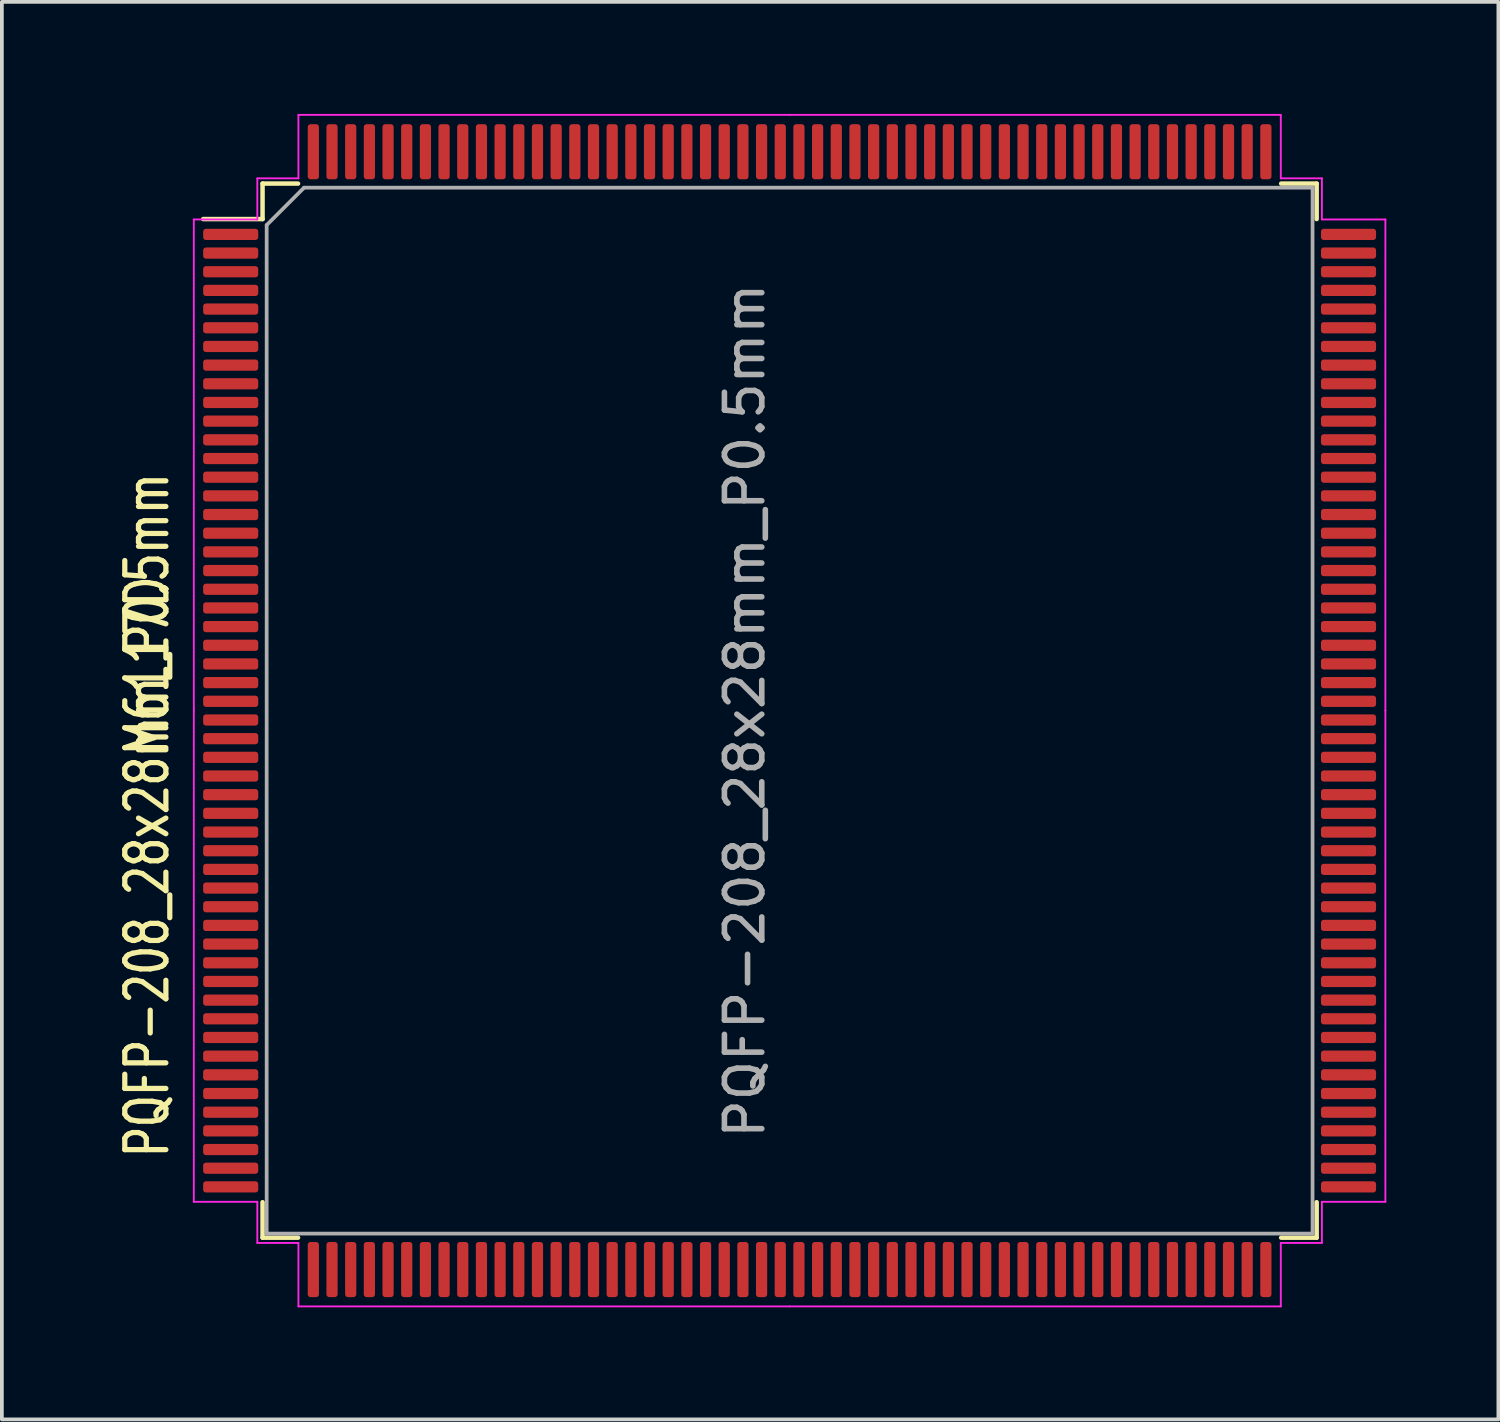
<source format=kicad_pcb>
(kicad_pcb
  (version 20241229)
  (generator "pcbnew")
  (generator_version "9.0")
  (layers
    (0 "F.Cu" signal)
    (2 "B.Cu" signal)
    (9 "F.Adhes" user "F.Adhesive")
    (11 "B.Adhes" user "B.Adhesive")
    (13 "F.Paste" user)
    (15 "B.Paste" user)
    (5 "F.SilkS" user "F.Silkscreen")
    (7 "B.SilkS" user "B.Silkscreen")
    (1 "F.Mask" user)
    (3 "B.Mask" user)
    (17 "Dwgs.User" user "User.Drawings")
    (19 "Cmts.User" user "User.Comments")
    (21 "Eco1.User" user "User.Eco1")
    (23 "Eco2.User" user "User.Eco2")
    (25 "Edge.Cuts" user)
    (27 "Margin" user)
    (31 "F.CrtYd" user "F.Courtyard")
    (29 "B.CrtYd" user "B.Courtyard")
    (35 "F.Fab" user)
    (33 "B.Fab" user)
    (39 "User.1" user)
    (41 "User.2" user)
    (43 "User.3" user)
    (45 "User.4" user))
  (footprint "PQFP-208_28x28mm_P0.5mm"
    (layer "F.Cu")
    (at 18.089 15.975)
    (property "Reference" "PQFP-208_28x28mm_P0.5mm" (at -17.2 2.8 90) (unlocked yes) (layer "F.SilkS") (effects (font (size 1.1 0.8) (thickness 0.14))))
    (property "Value" "M6117D" (at 1.6 0 270) (layer "F.Fab") (hide yes) (effects (font (size 1 1) (thickness 0.15))))
    (attr smd)
    (fp_line (start -14.11 -14.11) (end -14.11 -13.16) (stroke (width 0.12) (type solid)) (layer "F.SilkS"))
    (fp_line (start -14.11 -13.16) (end -15.7 -13.16) (stroke (width 0.12) (type solid)) (layer "F.SilkS"))
    (fp_line (start -14.11 14.11) (end -14.11 13.16) (stroke (width 0.12) (type solid)) (layer "F.SilkS"))
    (fp_line (start -13.16 -14.11) (end -14.11 -14.11) (stroke (width 0.12) (type solid)) (layer "F.SilkS"))
    (fp_line (start -13.16 14.11) (end -14.11 14.11) (stroke (width 0.12) (type solid)) (layer "F.SilkS"))
    (fp_line (start 13.16 -14.11) (end 14.11 -14.11) (stroke (width 0.12) (type solid)) (layer "F.SilkS"))
    (fp_line (start 13.16 14.11) (end 14.11 14.11) (stroke (width 0.12) (type solid)) (layer "F.SilkS"))
    (fp_line (start 14.11 -14.11) (end 14.11 -13.16) (stroke (width 0.12) (type solid)) (layer "F.SilkS"))
    (fp_line (start 14.11 14.11) (end 14.11 13.16) (stroke (width 0.12) (type solid)) (layer "F.SilkS"))
    (fp_line (start -15.95 -13.15) (end -15.95 0) (stroke (width 0.05) (type solid)) (layer "F.CrtYd"))
    (fp_line (start -15.95 13.15) (end -15.95 0) (stroke (width 0.05) (type solid)) (layer "F.CrtYd"))
    (fp_line (start -14.25 -14.25) (end -14.25 -13.15) (stroke (width 0.05) (type solid)) (layer "F.CrtYd"))
    (fp_line (start -14.25 -13.15) (end -15.95 -13.15) (stroke (width 0.05) (type solid)) (layer "F.CrtYd"))
    (fp_line (start -14.25 13.15) (end -15.95 13.15) (stroke (width 0.05) (type solid)) (layer "F.CrtYd"))
    (fp_line (start -14.25 14.25) (end -14.25 13.15) (stroke (width 0.05) (type solid)) (layer "F.CrtYd"))
    (fp_line (start -13.15 -15.95) (end -13.15 -14.25) (stroke (width 0.05) (type solid)) (layer "F.CrtYd"))
    (fp_line (start -13.15 -14.25) (end -14.25 -14.25) (stroke (width 0.05) (type solid)) (layer "F.CrtYd"))
    (fp_line (start -13.15 14.25) (end -14.25 14.25) (stroke (width 0.05) (type solid)) (layer "F.CrtYd"))
    (fp_line (start -13.15 15.95) (end -13.15 14.25) (stroke (width 0.05) (type solid)) (layer "F.CrtYd"))
    (fp_line (start 0 -15.95) (end -13.15 -15.95) (stroke (width 0.05) (type solid)) (layer "F.CrtYd"))
    (fp_line (start 0 -15.95) (end 13.15 -15.95) (stroke (width 0.05) (type solid)) (layer "F.CrtYd"))
    (fp_line (start 0 15.95) (end -13.15 15.95) (stroke (width 0.05) (type solid)) (layer "F.CrtYd"))
    (fp_line (start 0 15.95) (end 13.15 15.95) (stroke (width 0.05) (type solid)) (layer "F.CrtYd"))
    (fp_line (start 13.15 -15.95) (end 13.15 -14.25) (stroke (width 0.05) (type solid)) (layer "F.CrtYd"))
    (fp_line (start 13.15 -14.25) (end 14.25 -14.25) (stroke (width 0.05) (type solid)) (layer "F.CrtYd"))
    (fp_line (start 13.15 14.25) (end 14.25 14.25) (stroke (width 0.05) (type solid)) (layer "F.CrtYd"))
    (fp_line (start 13.15 15.95) (end 13.15 14.25) (stroke (width 0.05) (type solid)) (layer "F.CrtYd"))
    (fp_line (start 14.25 -14.25) (end 14.25 -13.15) (stroke (width 0.05) (type solid)) (layer "F.CrtYd"))
    (fp_line (start 14.25 -13.15) (end 15.95 -13.15) (stroke (width 0.05) (type solid)) (layer "F.CrtYd"))
    (fp_line (start 14.25 13.15) (end 15.95 13.15) (stroke (width 0.05) (type solid)) (layer "F.CrtYd"))
    (fp_line (start 14.25 14.25) (end 14.25 13.15) (stroke (width 0.05) (type solid)) (layer "F.CrtYd"))
    (fp_line (start 15.95 -13.15) (end 15.95 0) (stroke (width 0.05) (type solid)) (layer "F.CrtYd"))
    (fp_line (start 15.95 13.15) (end 15.95 0) (stroke (width 0.05) (type solid)) (layer "F.CrtYd"))
    (fp_line (start -14 -13) (end -13 -14) (stroke (width 0.1) (type solid)) (layer "F.Fab"))
    (fp_line (start -14 14) (end -14 -13) (stroke (width 0.1) (type solid)) (layer "F.Fab"))
    (fp_line (start -13 -14) (end 14 -14) (stroke (width 0.1) (type solid)) (layer "F.Fab"))
    (fp_line (start 14 -14) (end 14 14) (stroke (width 0.1) (type solid)) (layer "F.Fab"))
    (fp_line (start 14 14) (end -14 14) (stroke (width 0.1) (type solid)) (layer "F.Fab"))
    (fp_text user "${VALUE}" (at -17.2 -1.2 90) (unlocked yes) (layer "F.SilkS") (effects (font (size 1.1 0.8) (thickness 0.14))))
    (fp_text user "${REFERENCE}" (at -1.2 0 270) (layer "F.Fab") (effects (font (size 1 1) (thickness 0.15))))
    (pad "1" smd roundrect (at -14.963 -12.75) (size 1.475 0.3) (layers "F.Cu" "F.Mask" "F.Paste") (roundrect_rratio 0.25))
    (pad "2" smd roundrect (at -14.963 -12.25) (size 1.475 0.3) (layers "F.Cu" "F.Mask" "F.Paste") (roundrect_rratio 0.25))
    (pad "3" smd roundrect (at -14.963 -11.75) (size 1.475 0.3) (layers "F.Cu" "F.Mask" "F.Paste") (roundrect_rratio 0.25))
    (pad "4" smd roundrect (at -14.963 -11.25) (size 1.475 0.3) (layers "F.Cu" "F.Mask" "F.Paste") (roundrect_rratio 0.25))
    (pad "5" smd roundrect (at -14.963 -10.75) (size 1.475 0.3) (layers "F.Cu" "F.Mask" "F.Paste") (roundrect_rratio 0.25))
    (pad "6" smd roundrect (at -14.963 -10.25) (size 1.475 0.3) (layers "F.Cu" "F.Mask" "F.Paste") (roundrect_rratio 0.25))
    (pad "7" smd roundrect (at -14.963 -9.75) (size 1.475 0.3) (layers "F.Cu" "F.Mask" "F.Paste") (roundrect_rratio 0.25))
    (pad "8" smd roundrect (at -14.963 -9.25) (size 1.475 0.3) (layers "F.Cu" "F.Mask" "F.Paste") (roundrect_rratio 0.25))
    (pad "9" smd roundrect (at -14.963 -8.75) (size 1.475 0.3) (layers "F.Cu" "F.Mask" "F.Paste") (roundrect_rratio 0.25))
    (pad "10" smd roundrect (at -14.963 -8.25) (size 1.475 0.3) (layers "F.Cu" "F.Mask" "F.Paste") (roundrect_rratio 0.25))
    (pad "11" smd roundrect (at -14.963 -7.75) (size 1.475 0.3) (layers "F.Cu" "F.Mask" "F.Paste") (roundrect_rratio 0.25))
    (pad "12" smd roundrect (at -14.963 -7.25) (size 1.475 0.3) (layers "F.Cu" "F.Mask" "F.Paste") (roundrect_rratio 0.25))
    (pad "13" smd roundrect (at -14.963 -6.75) (size 1.475 0.3) (layers "F.Cu" "F.Mask" "F.Paste") (roundrect_rratio 0.25))
    (pad "14" smd roundrect (at -14.963 -6.25) (size 1.475 0.3) (layers "F.Cu" "F.Mask" "F.Paste") (roundrect_rratio 0.25))
    (pad "15" smd roundrect (at -14.963 -5.75) (size 1.475 0.3) (layers "F.Cu" "F.Mask" "F.Paste") (roundrect_rratio 0.25))
    (pad "16" smd roundrect (at -14.963 -5.25) (size 1.475 0.3) (layers "F.Cu" "F.Mask" "F.Paste") (roundrect_rratio 0.25))
    (pad "17" smd roundrect (at -14.963 -4.75) (size 1.475 0.3) (layers "F.Cu" "F.Mask" "F.Paste") (roundrect_rratio 0.25))
    (pad "18" smd roundrect (at -14.963 -4.25) (size 1.475 0.3) (layers "F.Cu" "F.Mask" "F.Paste") (roundrect_rratio 0.25))
    (pad "19" smd roundrect (at -14.963 -3.75) (size 1.475 0.3) (layers "F.Cu" "F.Mask" "F.Paste") (roundrect_rratio 0.25))
    (pad "20" smd roundrect (at -14.963 -3.25) (size 1.475 0.3) (layers "F.Cu" "F.Mask" "F.Paste") (roundrect_rratio 0.25))
    (pad "21" smd roundrect (at -14.963 -2.75) (size 1.475 0.3) (layers "F.Cu" "F.Mask" "F.Paste") (roundrect_rratio 0.25))
    (pad "22" smd roundrect (at -14.963 -2.25) (size 1.475 0.3) (layers "F.Cu" "F.Mask" "F.Paste") (roundrect_rratio 0.25))
    (pad "23" smd roundrect (at -14.963 -1.75) (size 1.475 0.3) (layers "F.Cu" "F.Mask" "F.Paste") (roundrect_rratio 0.25))
    (pad "24" smd roundrect (at -14.963 -1.25) (size 1.475 0.3) (layers "F.Cu" "F.Mask" "F.Paste") (roundrect_rratio 0.25))
    (pad "25" smd roundrect (at -14.963 -0.75) (size 1.475 0.3) (layers "F.Cu" "F.Mask" "F.Paste") (roundrect_rratio 0.25))
    (pad "26" smd roundrect (at -14.963 -0.25) (size 1.475 0.3) (layers "F.Cu" "F.Mask" "F.Paste") (roundrect_rratio 0.25))
    (pad "27" smd roundrect (at -14.963 0.25) (size 1.475 0.3) (layers "F.Cu" "F.Mask" "F.Paste") (roundrect_rratio 0.25))
    (pad "28" smd roundrect (at -14.963 0.75) (size 1.475 0.3) (layers "F.Cu" "F.Mask" "F.Paste") (roundrect_rratio 0.25))
    (pad "29" smd roundrect (at -14.963 1.25) (size 1.475 0.3) (layers "F.Cu" "F.Mask" "F.Paste") (roundrect_rratio 0.25))
    (pad "30" smd roundrect (at -14.963 1.75) (size 1.475 0.3) (layers "F.Cu" "F.Mask" "F.Paste") (roundrect_rratio 0.25))
    (pad "31" smd roundrect (at -14.963 2.25) (size 1.475 0.3) (layers "F.Cu" "F.Mask" "F.Paste") (roundrect_rratio 0.25))
    (pad "32" smd roundrect (at -14.963 2.75) (size 1.475 0.3) (layers "F.Cu" "F.Mask" "F.Paste") (roundrect_rratio 0.25))
    (pad "33" smd roundrect (at -14.963 3.25) (size 1.475 0.3) (layers "F.Cu" "F.Mask" "F.Paste") (roundrect_rratio 0.25))
    (pad "34" smd roundrect (at -14.963 3.75) (size 1.475 0.3) (layers "F.Cu" "F.Mask" "F.Paste") (roundrect_rratio 0.25))
    (pad "35" smd roundrect (at -14.963 4.25) (size 1.475 0.3) (layers "F.Cu" "F.Mask" "F.Paste") (roundrect_rratio 0.25))
    (pad "36" smd roundrect (at -14.963 4.75) (size 1.475 0.3) (layers "F.Cu" "F.Mask" "F.Paste") (roundrect_rratio 0.25))
    (pad "37" smd roundrect (at -14.963 5.25) (size 1.475 0.3) (layers "F.Cu" "F.Mask" "F.Paste") (roundrect_rratio 0.25))
    (pad "38" smd roundrect (at -14.963 5.75) (size 1.475 0.3) (layers "F.Cu" "F.Mask" "F.Paste") (roundrect_rratio 0.25))
    (pad "39" smd roundrect (at -14.963 6.25) (size 1.475 0.3) (layers "F.Cu" "F.Mask" "F.Paste") (roundrect_rratio 0.25))
    (pad "40" smd roundrect (at -14.963 6.75) (size 1.475 0.3) (layers "F.Cu" "F.Mask" "F.Paste") (roundrect_rratio 0.25))
    (pad "41" smd roundrect (at -14.963 7.25) (size 1.475 0.3) (layers "F.Cu" "F.Mask" "F.Paste") (roundrect_rratio 0.25))
    (pad "42" smd roundrect (at -14.963 7.75) (size 1.475 0.3) (layers "F.Cu" "F.Mask" "F.Paste") (roundrect_rratio 0.25))
    (pad "43" smd roundrect (at -14.963 8.25) (size 1.475 0.3) (layers "F.Cu" "F.Mask" "F.Paste") (roundrect_rratio 0.25))
    (pad "44" smd roundrect (at -14.963 8.75) (size 1.475 0.3) (layers "F.Cu" "F.Mask" "F.Paste") (roundrect_rratio 0.25))
    (pad "45" smd roundrect (at -14.963 9.25) (size 1.475 0.3) (layers "F.Cu" "F.Mask" "F.Paste") (roundrect_rratio 0.25))
    (pad "46" smd roundrect (at -14.963 9.75) (size 1.475 0.3) (layers "F.Cu" "F.Mask" "F.Paste") (roundrect_rratio 0.25))
    (pad "47" smd roundrect (at -14.963 10.25) (size 1.475 0.3) (layers "F.Cu" "F.Mask" "F.Paste") (roundrect_rratio 0.25))
    (pad "48" smd roundrect (at -14.963 10.75) (size 1.475 0.3) (layers "F.Cu" "F.Mask" "F.Paste") (roundrect_rratio 0.25))
    (pad "49" smd roundrect (at -14.963 11.25) (size 1.475 0.3) (layers "F.Cu" "F.Mask" "F.Paste") (roundrect_rratio 0.25))
    (pad "50" smd roundrect (at -14.963 11.75) (size 1.475 0.3) (layers "F.Cu" "F.Mask" "F.Paste") (roundrect_rratio 0.25))
    (pad "51" smd roundrect (at -14.963 12.25) (size 1.475 0.3) (layers "F.Cu" "F.Mask" "F.Paste") (roundrect_rratio 0.25))
    (pad "52" smd roundrect (at -14.963 12.75) (size 1.475 0.3) (layers "F.Cu" "F.Mask" "F.Paste") (roundrect_rratio 0.25))
    (pad "53" smd roundrect (at -12.75 14.963) (size 0.3 1.475) (layers "F.Cu" "F.Mask" "F.Paste") (roundrect_rratio 0.25))
    (pad "54" smd roundrect (at -12.25 14.963) (size 0.3 1.475) (layers "F.Cu" "F.Mask" "F.Paste") (roundrect_rratio 0.25))
    (pad "55" smd roundrect (at -11.75 14.963) (size 0.3 1.475) (layers "F.Cu" "F.Mask" "F.Paste") (roundrect_rratio 0.25))
    (pad "56" smd roundrect (at -11.25 14.963) (size 0.3 1.475) (layers "F.Cu" "F.Mask" "F.Paste") (roundrect_rratio 0.25))
    (pad "57" smd roundrect (at -10.75 14.963) (size 0.3 1.475) (layers "F.Cu" "F.Mask" "F.Paste") (roundrect_rratio 0.25))
    (pad "58" smd roundrect (at -10.25 14.963) (size 0.3 1.475) (layers "F.Cu" "F.Mask" "F.Paste") (roundrect_rratio 0.25))
    (pad "59" smd roundrect (at -9.75 14.963) (size 0.3 1.475) (layers "F.Cu" "F.Mask" "F.Paste") (roundrect_rratio 0.25))
    (pad "60" smd roundrect (at -9.25 14.963) (size 0.3 1.475) (layers "F.Cu" "F.Mask" "F.Paste") (roundrect_rratio 0.25))
    (pad "61" smd roundrect (at -8.75 14.963) (size 0.3 1.475) (layers "F.Cu" "F.Mask" "F.Paste") (roundrect_rratio 0.25))
    (pad "62" smd roundrect (at -8.25 14.963) (size 0.3 1.475) (layers "F.Cu" "F.Mask" "F.Paste") (roundrect_rratio 0.25))
    (pad "63" smd roundrect (at -7.75 14.963) (size 0.3 1.475) (layers "F.Cu" "F.Mask" "F.Paste") (roundrect_rratio 0.25))
    (pad "64" smd roundrect (at -7.25 14.963) (size 0.3 1.475) (layers "F.Cu" "F.Mask" "F.Paste") (roundrect_rratio 0.25))
    (pad "65" smd roundrect (at -6.75 14.963) (size 0.3 1.475) (layers "F.Cu" "F.Mask" "F.Paste") (roundrect_rratio 0.25))
    (pad "66" smd roundrect (at -6.25 14.963) (size 0.3 1.475) (layers "F.Cu" "F.Mask" "F.Paste") (roundrect_rratio 0.25))
    (pad "67" smd roundrect (at -5.75 14.963) (size 0.3 1.475) (layers "F.Cu" "F.Mask" "F.Paste") (roundrect_rratio 0.25))
    (pad "68" smd roundrect (at -5.25 14.963) (size 0.3 1.475) (layers "F.Cu" "F.Mask" "F.Paste") (roundrect_rratio 0.25))
    (pad "69" smd roundrect (at -4.75 14.963) (size 0.3 1.475) (layers "F.Cu" "F.Mask" "F.Paste") (roundrect_rratio 0.25))
    (pad "70" smd roundrect (at -4.25 14.963) (size 0.3 1.475) (layers "F.Cu" "F.Mask" "F.Paste") (roundrect_rratio 0.25))
    (pad "71" smd roundrect (at -3.75 14.963) (size 0.3 1.475) (layers "F.Cu" "F.Mask" "F.Paste") (roundrect_rratio 0.25))
    (pad "72" smd roundrect (at -3.25 14.963) (size 0.3 1.475) (layers "F.Cu" "F.Mask" "F.Paste") (roundrect_rratio 0.25))
    (pad "73" smd roundrect (at -2.75 14.963) (size 0.3 1.475) (layers "F.Cu" "F.Mask" "F.Paste") (roundrect_rratio 0.25))
    (pad "74" smd roundrect (at -2.25 14.963) (size 0.3 1.475) (layers "F.Cu" "F.Mask" "F.Paste") (roundrect_rratio 0.25))
    (pad "75" smd roundrect (at -1.75 14.963) (size 0.3 1.475) (layers "F.Cu" "F.Mask" "F.Paste") (roundrect_rratio 0.25))
    (pad "76" smd roundrect (at -1.25 14.963) (size 0.3 1.475) (layers "F.Cu" "F.Mask" "F.Paste") (roundrect_rratio 0.25))
    (pad "77" smd roundrect (at -0.75 14.963) (size 0.3 1.475) (layers "F.Cu" "F.Mask" "F.Paste") (roundrect_rratio 0.25))
    (pad "78" smd roundrect (at -0.25 14.963) (size 0.3 1.475) (layers "F.Cu" "F.Mask" "F.Paste") (roundrect_rratio 0.25))
    (pad "79" smd roundrect (at 0.25 14.963) (size 0.3 1.475) (layers "F.Cu" "F.Mask" "F.Paste") (roundrect_rratio 0.25))
    (pad "80" smd roundrect (at 0.75 14.963) (size 0.3 1.475) (layers "F.Cu" "F.Mask" "F.Paste") (roundrect_rratio 0.25))
    (pad "81" smd roundrect (at 1.25 14.963) (size 0.3 1.475) (layers "F.Cu" "F.Mask" "F.Paste") (roundrect_rratio 0.25))
    (pad "82" smd roundrect (at 1.75 14.963) (size 0.3 1.475) (layers "F.Cu" "F.Mask" "F.Paste") (roundrect_rratio 0.25))
    (pad "83" smd roundrect (at 2.25 14.963) (size 0.3 1.475) (layers "F.Cu" "F.Mask" "F.Paste") (roundrect_rratio 0.25))
    (pad "84" smd roundrect (at 2.75 14.963) (size 0.3 1.475) (layers "F.Cu" "F.Mask" "F.Paste") (roundrect_rratio 0.25))
    (pad "85" smd roundrect (at 3.25 14.963) (size 0.3 1.475) (layers "F.Cu" "F.Mask" "F.Paste") (roundrect_rratio 0.25))
    (pad "86" smd roundrect (at 3.75 14.963) (size 0.3 1.475) (layers "F.Cu" "F.Mask" "F.Paste") (roundrect_rratio 0.25))
    (pad "87" smd roundrect (at 4.25 14.963) (size 0.3 1.475) (layers "F.Cu" "F.Mask" "F.Paste") (roundrect_rratio 0.25))
    (pad "88" smd roundrect (at 4.75 14.963) (size 0.3 1.475) (layers "F.Cu" "F.Mask" "F.Paste") (roundrect_rratio 0.25))
    (pad "89" smd roundrect (at 5.25 14.963) (size 0.3 1.475) (layers "F.Cu" "F.Mask" "F.Paste") (roundrect_rratio 0.25))
    (pad "90" smd roundrect (at 5.75 14.963) (size 0.3 1.475) (layers "F.Cu" "F.Mask" "F.Paste") (roundrect_rratio 0.25))
    (pad "91" smd roundrect (at 6.25 14.963) (size 0.3 1.475) (layers "F.Cu" "F.Mask" "F.Paste") (roundrect_rratio 0.25))
    (pad "92" smd roundrect (at 6.75 14.963) (size 0.3 1.475) (layers "F.Cu" "F.Mask" "F.Paste") (roundrect_rratio 0.25))
    (pad "93" smd roundrect (at 7.25 14.963) (size 0.3 1.475) (layers "F.Cu" "F.Mask" "F.Paste") (roundrect_rratio 0.25))
    (pad "94" smd roundrect (at 7.75 14.963) (size 0.3 1.475) (layers "F.Cu" "F.Mask" "F.Paste") (roundrect_rratio 0.25))
    (pad "95" smd roundrect (at 8.25 14.963) (size 0.3 1.475) (layers "F.Cu" "F.Mask" "F.Paste") (roundrect_rratio 0.25))
    (pad "96" smd roundrect (at 8.75 14.963) (size 0.3 1.475) (layers "F.Cu" "F.Mask" "F.Paste") (roundrect_rratio 0.25))
    (pad "97" smd roundrect (at 9.25 14.963) (size 0.3 1.475) (layers "F.Cu" "F.Mask" "F.Paste") (roundrect_rratio 0.25))
    (pad "98" smd roundrect (at 9.75 14.963) (size 0.3 1.475) (layers "F.Cu" "F.Mask" "F.Paste") (roundrect_rratio 0.25))
    (pad "99" smd roundrect (at 10.25 14.963) (size 0.3 1.475) (layers "F.Cu" "F.Mask" "F.Paste") (roundrect_rratio 0.25))
    (pad "100" smd roundrect (at 10.75 14.963) (size 0.3 1.475) (layers "F.Cu" "F.Mask" "F.Paste") (roundrect_rratio 0.25))
    (pad "101" smd roundrect (at 11.25 14.963) (size 0.3 1.475) (layers "F.Cu" "F.Mask" "F.Paste") (roundrect_rratio 0.25))
    (pad "102" smd roundrect (at 11.75 14.963) (size 0.3 1.475) (layers "F.Cu" "F.Mask" "F.Paste") (roundrect_rratio 0.25))
    (pad "103" smd roundrect (at 12.25 14.963) (size 0.3 1.475) (layers "F.Cu" "F.Mask" "F.Paste") (roundrect_rratio 0.25))
    (pad "104" smd roundrect (at 12.75 14.963) (size 0.3 1.475) (layers "F.Cu" "F.Mask" "F.Paste") (roundrect_rratio 0.25))
    (pad "105" smd roundrect (at 14.963 12.75) (size 1.475 0.3) (layers "F.Cu" "F.Mask" "F.Paste") (roundrect_rratio 0.25))
    (pad "106" smd roundrect (at 14.963 12.25) (size 1.475 0.3) (layers "F.Cu" "F.Mask" "F.Paste") (roundrect_rratio 0.25))
    (pad "107" smd roundrect (at 14.963 11.75) (size 1.475 0.3) (layers "F.Cu" "F.Mask" "F.Paste") (roundrect_rratio 0.25))
    (pad "108" smd roundrect (at 14.963 11.25) (size 1.475 0.3) (layers "F.Cu" "F.Mask" "F.Paste") (roundrect_rratio 0.25))
    (pad "109" smd roundrect (at 14.963 10.75) (size 1.475 0.3) (layers "F.Cu" "F.Mask" "F.Paste") (roundrect_rratio 0.25))
    (pad "110" smd roundrect (at 14.963 10.25) (size 1.475 0.3) (layers "F.Cu" "F.Mask" "F.Paste") (roundrect_rratio 0.25))
    (pad "111" smd roundrect (at 14.963 9.75) (size 1.475 0.3) (layers "F.Cu" "F.Mask" "F.Paste") (roundrect_rratio 0.25))
    (pad "112" smd roundrect (at 14.963 9.25) (size 1.475 0.3) (layers "F.Cu" "F.Mask" "F.Paste") (roundrect_rratio 0.25))
    (pad "113" smd roundrect (at 14.963 8.75) (size 1.475 0.3) (layers "F.Cu" "F.Mask" "F.Paste") (roundrect_rratio 0.25))
    (pad "114" smd roundrect (at 14.963 8.25) (size 1.475 0.3) (layers "F.Cu" "F.Mask" "F.Paste") (roundrect_rratio 0.25))
    (pad "115" smd roundrect (at 14.963 7.75) (size 1.475 0.3) (layers "F.Cu" "F.Mask" "F.Paste") (roundrect_rratio 0.25))
    (pad "116" smd roundrect (at 14.963 7.25) (size 1.475 0.3) (layers "F.Cu" "F.Mask" "F.Paste") (roundrect_rratio 0.25))
    (pad "117" smd roundrect (at 14.963 6.75) (size 1.475 0.3) (layers "F.Cu" "F.Mask" "F.Paste") (roundrect_rratio 0.25))
    (pad "118" smd roundrect (at 14.963 6.25) (size 1.475 0.3) (layers "F.Cu" "F.Mask" "F.Paste") (roundrect_rratio 0.25))
    (pad "119" smd roundrect (at 14.963 5.75) (size 1.475 0.3) (layers "F.Cu" "F.Mask" "F.Paste") (roundrect_rratio 0.25))
    (pad "120" smd roundrect (at 14.963 5.25) (size 1.475 0.3) (layers "F.Cu" "F.Mask" "F.Paste") (roundrect_rratio 0.25))
    (pad "121" smd roundrect (at 14.963 4.75) (size 1.475 0.3) (layers "F.Cu" "F.Mask" "F.Paste") (roundrect_rratio 0.25))
    (pad "122" smd roundrect (at 14.963 4.25) (size 1.475 0.3) (layers "F.Cu" "F.Mask" "F.Paste") (roundrect_rratio 0.25))
    (pad "123" smd roundrect (at 14.963 3.75) (size 1.475 0.3) (layers "F.Cu" "F.Mask" "F.Paste") (roundrect_rratio 0.25))
    (pad "124" smd roundrect (at 14.963 3.25) (size 1.475 0.3) (layers "F.Cu" "F.Mask" "F.Paste") (roundrect_rratio 0.25))
    (pad "125" smd roundrect (at 14.963 2.75) (size 1.475 0.3) (layers "F.Cu" "F.Mask" "F.Paste") (roundrect_rratio 0.25))
    (pad "126" smd roundrect (at 14.963 2.25) (size 1.475 0.3) (layers "F.Cu" "F.Mask" "F.Paste") (roundrect_rratio 0.25))
    (pad "127" smd roundrect (at 14.963 1.75) (size 1.475 0.3) (layers "F.Cu" "F.Mask" "F.Paste") (roundrect_rratio 0.25))
    (pad "128" smd roundrect (at 14.963 1.25) (size 1.475 0.3) (layers "F.Cu" "F.Mask" "F.Paste") (roundrect_rratio 0.25))
    (pad "129" smd roundrect (at 14.963 0.75) (size 1.475 0.3) (layers "F.Cu" "F.Mask" "F.Paste") (roundrect_rratio 0.25))
    (pad "130" smd roundrect (at 14.963 0.25) (size 1.475 0.3) (layers "F.Cu" "F.Mask" "F.Paste") (roundrect_rratio 0.25))
    (pad "131" smd roundrect (at 14.963 -0.25) (size 1.475 0.3) (layers "F.Cu" "F.Mask" "F.Paste") (roundrect_rratio 0.25))
    (pad "132" smd roundrect (at 14.963 -0.75) (size 1.475 0.3) (layers "F.Cu" "F.Mask" "F.Paste") (roundrect_rratio 0.25))
    (pad "133" smd roundrect (at 14.963 -1.25) (size 1.475 0.3) (layers "F.Cu" "F.Mask" "F.Paste") (roundrect_rratio 0.25))
    (pad "134" smd roundrect (at 14.963 -1.75) (size 1.475 0.3) (layers "F.Cu" "F.Mask" "F.Paste") (roundrect_rratio 0.25))
    (pad "135" smd roundrect (at 14.963 -2.25) (size 1.475 0.3) (layers "F.Cu" "F.Mask" "F.Paste") (roundrect_rratio 0.25))
    (pad "136" smd roundrect (at 14.963 -2.75) (size 1.475 0.3) (layers "F.Cu" "F.Mask" "F.Paste") (roundrect_rratio 0.25))
    (pad "137" smd roundrect (at 14.963 -3.25) (size 1.475 0.3) (layers "F.Cu" "F.Mask" "F.Paste") (roundrect_rratio 0.25))
    (pad "138" smd roundrect (at 14.963 -3.75) (size 1.475 0.3) (layers "F.Cu" "F.Mask" "F.Paste") (roundrect_rratio 0.25))
    (pad "139" smd roundrect (at 14.963 -4.25) (size 1.475 0.3) (layers "F.Cu" "F.Mask" "F.Paste") (roundrect_rratio 0.25))
    (pad "140" smd roundrect (at 14.963 -4.75) (size 1.475 0.3) (layers "F.Cu" "F.Mask" "F.Paste") (roundrect_rratio 0.25))
    (pad "141" smd roundrect (at 14.963 -5.25) (size 1.475 0.3) (layers "F.Cu" "F.Mask" "F.Paste") (roundrect_rratio 0.25))
    (pad "142" smd roundrect (at 14.963 -5.75) (size 1.475 0.3) (layers "F.Cu" "F.Mask" "F.Paste") (roundrect_rratio 0.25))
    (pad "143" smd roundrect (at 14.963 -6.25) (size 1.475 0.3) (layers "F.Cu" "F.Mask" "F.Paste") (roundrect_rratio 0.25))
    (pad "144" smd roundrect (at 14.963 -6.75) (size 1.475 0.3) (layers "F.Cu" "F.Mask" "F.Paste") (roundrect_rratio 0.25))
    (pad "145" smd roundrect (at 14.963 -7.25) (size 1.475 0.3) (layers "F.Cu" "F.Mask" "F.Paste") (roundrect_rratio 0.25))
    (pad "146" smd roundrect (at 14.963 -7.75) (size 1.475 0.3) (layers "F.Cu" "F.Mask" "F.Paste") (roundrect_rratio 0.25))
    (pad "147" smd roundrect (at 14.963 -8.25) (size 1.475 0.3) (layers "F.Cu" "F.Mask" "F.Paste") (roundrect_rratio 0.25))
    (pad "148" smd roundrect (at 14.963 -8.75) (size 1.475 0.3) (layers "F.Cu" "F.Mask" "F.Paste") (roundrect_rratio 0.25))
    (pad "149" smd roundrect (at 14.963 -9.25) (size 1.475 0.3) (layers "F.Cu" "F.Mask" "F.Paste") (roundrect_rratio 0.25))
    (pad "150" smd roundrect (at 14.963 -9.75) (size 1.475 0.3) (layers "F.Cu" "F.Mask" "F.Paste") (roundrect_rratio 0.25))
    (pad "151" smd roundrect (at 14.963 -10.25) (size 1.475 0.3) (layers "F.Cu" "F.Mask" "F.Paste") (roundrect_rratio 0.25))
    (pad "152" smd roundrect (at 14.963 -10.75) (size 1.475 0.3) (layers "F.Cu" "F.Mask" "F.Paste") (roundrect_rratio 0.25))
    (pad "153" smd roundrect (at 14.963 -11.25) (size 1.475 0.3) (layers "F.Cu" "F.Mask" "F.Paste") (roundrect_rratio 0.25))
    (pad "154" smd roundrect (at 14.963 -11.75) (size 1.475 0.3) (layers "F.Cu" "F.Mask" "F.Paste") (roundrect_rratio 0.25))
    (pad "155" smd roundrect (at 14.963 -12.25) (size 1.475 0.3) (layers "F.Cu" "F.Mask" "F.Paste") (roundrect_rratio 0.25))
    (pad "156" smd roundrect (at 14.963 -12.75) (size 1.475 0.3) (layers "F.Cu" "F.Mask" "F.Paste") (roundrect_rratio 0.25))
    (pad "157" smd roundrect (at 12.75 -14.963) (size 0.3 1.475) (layers "F.Cu" "F.Mask" "F.Paste") (roundrect_rratio 0.25))
    (pad "158" smd roundrect (at 12.25 -14.963) (size 0.3 1.475) (layers "F.Cu" "F.Mask" "F.Paste") (roundrect_rratio 0.25))
    (pad "159" smd roundrect (at 11.75 -14.963) (size 0.3 1.475) (layers "F.Cu" "F.Mask" "F.Paste") (roundrect_rratio 0.25))
    (pad "160" smd roundrect (at 11.25 -14.963) (size 0.3 1.475) (layers "F.Cu" "F.Mask" "F.Paste") (roundrect_rratio 0.25))
    (pad "161" smd roundrect (at 10.75 -14.963) (size 0.3 1.475) (layers "F.Cu" "F.Mask" "F.Paste") (roundrect_rratio 0.25))
    (pad "162" smd roundrect (at 10.25 -14.963) (size 0.3 1.475) (layers "F.Cu" "F.Mask" "F.Paste") (roundrect_rratio 0.25))
    (pad "163" smd roundrect (at 9.75 -14.963) (size 0.3 1.475) (layers "F.Cu" "F.Mask" "F.Paste") (roundrect_rratio 0.25))
    (pad "164" smd roundrect (at 9.25 -14.963) (size 0.3 1.475) (layers "F.Cu" "F.Mask" "F.Paste") (roundrect_rratio 0.25))
    (pad "165" smd roundrect (at 8.75 -14.963) (size 0.3 1.475) (layers "F.Cu" "F.Mask" "F.Paste") (roundrect_rratio 0.25))
    (pad "166" smd roundrect (at 8.25 -14.963) (size 0.3 1.475) (layers "F.Cu" "F.Mask" "F.Paste") (roundrect_rratio 0.25))
    (pad "167" smd roundrect (at 7.75 -14.963) (size 0.3 1.475) (layers "F.Cu" "F.Mask" "F.Paste") (roundrect_rratio 0.25))
    (pad "168" smd roundrect (at 7.25 -14.963) (size 0.3 1.475) (layers "F.Cu" "F.Mask" "F.Paste") (roundrect_rratio 0.25))
    (pad "169" smd roundrect (at 6.75 -14.963) (size 0.3 1.475) (layers "F.Cu" "F.Mask" "F.Paste") (roundrect_rratio 0.25))
    (pad "170" smd roundrect (at 6.25 -14.963) (size 0.3 1.475) (layers "F.Cu" "F.Mask" "F.Paste") (roundrect_rratio 0.25))
    (pad "171" smd roundrect (at 5.75 -14.963) (size 0.3 1.475) (layers "F.Cu" "F.Mask" "F.Paste") (roundrect_rratio 0.25))
    (pad "172" smd roundrect (at 5.25 -14.963) (size 0.3 1.475) (layers "F.Cu" "F.Mask" "F.Paste") (roundrect_rratio 0.25))
    (pad "173" smd roundrect (at 4.75 -14.963) (size 0.3 1.475) (layers "F.Cu" "F.Mask" "F.Paste") (roundrect_rratio 0.25))
    (pad "174" smd roundrect (at 4.25 -14.963) (size 0.3 1.475) (layers "F.Cu" "F.Mask" "F.Paste") (roundrect_rratio 0.25))
    (pad "175" smd roundrect (at 3.75 -14.963) (size 0.3 1.475) (layers "F.Cu" "F.Mask" "F.Paste") (roundrect_rratio 0.25))
    (pad "176" smd roundrect (at 3.25 -14.963) (size 0.3 1.475) (layers "F.Cu" "F.Mask" "F.Paste") (roundrect_rratio 0.25))
    (pad "177" smd roundrect (at 2.75 -14.963) (size 0.3 1.475) (layers "F.Cu" "F.Mask" "F.Paste") (roundrect_rratio 0.25))
    (pad "178" smd roundrect (at 2.25 -14.963) (size 0.3 1.475) (layers "F.Cu" "F.Mask" "F.Paste") (roundrect_rratio 0.25))
    (pad "179" smd roundrect (at 1.75 -14.963) (size 0.3 1.475) (layers "F.Cu" "F.Mask" "F.Paste") (roundrect_rratio 0.25))
    (pad "180" smd roundrect (at 1.25 -14.963) (size 0.3 1.475) (layers "F.Cu" "F.Mask" "F.Paste") (roundrect_rratio 0.25))
    (pad "181" smd roundrect (at 0.75 -14.963) (size 0.3 1.475) (layers "F.Cu" "F.Mask" "F.Paste") (roundrect_rratio 0.25))
    (pad "182" smd roundrect (at 0.25 -14.963) (size 0.3 1.475) (layers "F.Cu" "F.Mask" "F.Paste") (roundrect_rratio 0.25))
    (pad "183" smd roundrect (at -0.25 -14.963) (size 0.3 1.475) (layers "F.Cu" "F.Mask" "F.Paste") (roundrect_rratio 0.25))
    (pad "184" smd roundrect (at -0.75 -14.963) (size 0.3 1.475) (layers "F.Cu" "F.Mask" "F.Paste") (roundrect_rratio 0.25))
    (pad "185" smd roundrect (at -1.25 -14.963) (size 0.3 1.475) (layers "F.Cu" "F.Mask" "F.Paste") (roundrect_rratio 0.25))
    (pad "186" smd roundrect (at -1.75 -14.963) (size 0.3 1.475) (layers "F.Cu" "F.Mask" "F.Paste") (roundrect_rratio 0.25))
    (pad "187" smd roundrect (at -2.25 -14.963) (size 0.3 1.475) (layers "F.Cu" "F.Mask" "F.Paste") (roundrect_rratio 0.25))
    (pad "188" smd roundrect (at -2.75 -14.963) (size 0.3 1.475) (layers "F.Cu" "F.Mask" "F.Paste") (roundrect_rratio 0.25))
    (pad "189" smd roundrect (at -3.25 -14.963) (size 0.3 1.475) (layers "F.Cu" "F.Mask" "F.Paste") (roundrect_rratio 0.25))
    (pad "190" smd roundrect (at -3.75 -14.963) (size 0.3 1.475) (layers "F.Cu" "F.Mask" "F.Paste") (roundrect_rratio 0.25))
    (pad "191" smd roundrect (at -4.25 -14.963) (size 0.3 1.475) (layers "F.Cu" "F.Mask" "F.Paste") (roundrect_rratio 0.25))
    (pad "192" smd roundrect (at -4.75 -14.963) (size 0.3 1.475) (layers "F.Cu" "F.Mask" "F.Paste") (roundrect_rratio 0.25))
    (pad "193" smd roundrect (at -5.25 -14.963) (size 0.3 1.475) (layers "F.Cu" "F.Mask" "F.Paste") (roundrect_rratio 0.25))
    (pad "194" smd roundrect (at -5.75 -14.963) (size 0.3 1.475) (layers "F.Cu" "F.Mask" "F.Paste") (roundrect_rratio 0.25))
    (pad "195" smd roundrect (at -6.25 -14.963) (size 0.3 1.475) (layers "F.Cu" "F.Mask" "F.Paste") (roundrect_rratio 0.25))
    (pad "196" smd roundrect (at -6.75 -14.963) (size 0.3 1.475) (layers "F.Cu" "F.Mask" "F.Paste") (roundrect_rratio 0.25))
    (pad "197" smd roundrect (at -7.25 -14.963) (size 0.3 1.475) (layers "F.Cu" "F.Mask" "F.Paste") (roundrect_rratio 0.25))
    (pad "198" smd roundrect (at -7.75 -14.963) (size 0.3 1.475) (layers "F.Cu" "F.Mask" "F.Paste") (roundrect_rratio 0.25))
    (pad "199" smd roundrect (at -8.25 -14.963) (size 0.3 1.475) (layers "F.Cu" "F.Mask" "F.Paste") (roundrect_rratio 0.25))
    (pad "200" smd roundrect (at -8.75 -14.963) (size 0.3 1.475) (layers "F.Cu" "F.Mask" "F.Paste") (roundrect_rratio 0.25))
    (pad "201" smd roundrect (at -9.25 -14.963) (size 0.3 1.475) (layers "F.Cu" "F.Mask" "F.Paste") (roundrect_rratio 0.25))
    (pad "202" smd roundrect (at -9.75 -14.963) (size 0.3 1.475) (layers "F.Cu" "F.Mask" "F.Paste") (roundrect_rratio 0.25))
    (pad "203" smd roundrect (at -10.25 -14.963) (size 0.3 1.475) (layers "F.Cu" "F.Mask" "F.Paste") (roundrect_rratio 0.25))
    (pad "204" smd roundrect (at -10.75 -14.963) (size 0.3 1.475) (layers "F.Cu" "F.Mask" "F.Paste") (roundrect_rratio 0.25))
    (pad "205" smd roundrect (at -11.25 -14.963) (size 0.3 1.475) (layers "F.Cu" "F.Mask" "F.Paste") (roundrect_rratio 0.25))
    (pad "206" smd roundrect (at -11.75 -14.963) (size 0.3 1.475) (layers "F.Cu" "F.Mask" "F.Paste") (roundrect_rratio 0.25))
    (pad "207" smd roundrect (at -12.25 -14.963) (size 0.3 1.475) (layers "F.Cu" "F.Mask" "F.Paste") (roundrect_rratio 0.25))
    (pad "208" smd roundrect (at -12.75 -14.963) (size 0.3 1.475) (layers "F.Cu" "F.Mask" "F.Paste") (roundrect_rratio 0.25)))
  (gr_rect
    (start -3 -3)
    (end 37.064 34.95)
    (stroke (width 0.1) (type default))
    (fill no)
    (layer "Edge.Cuts")))
</source>
